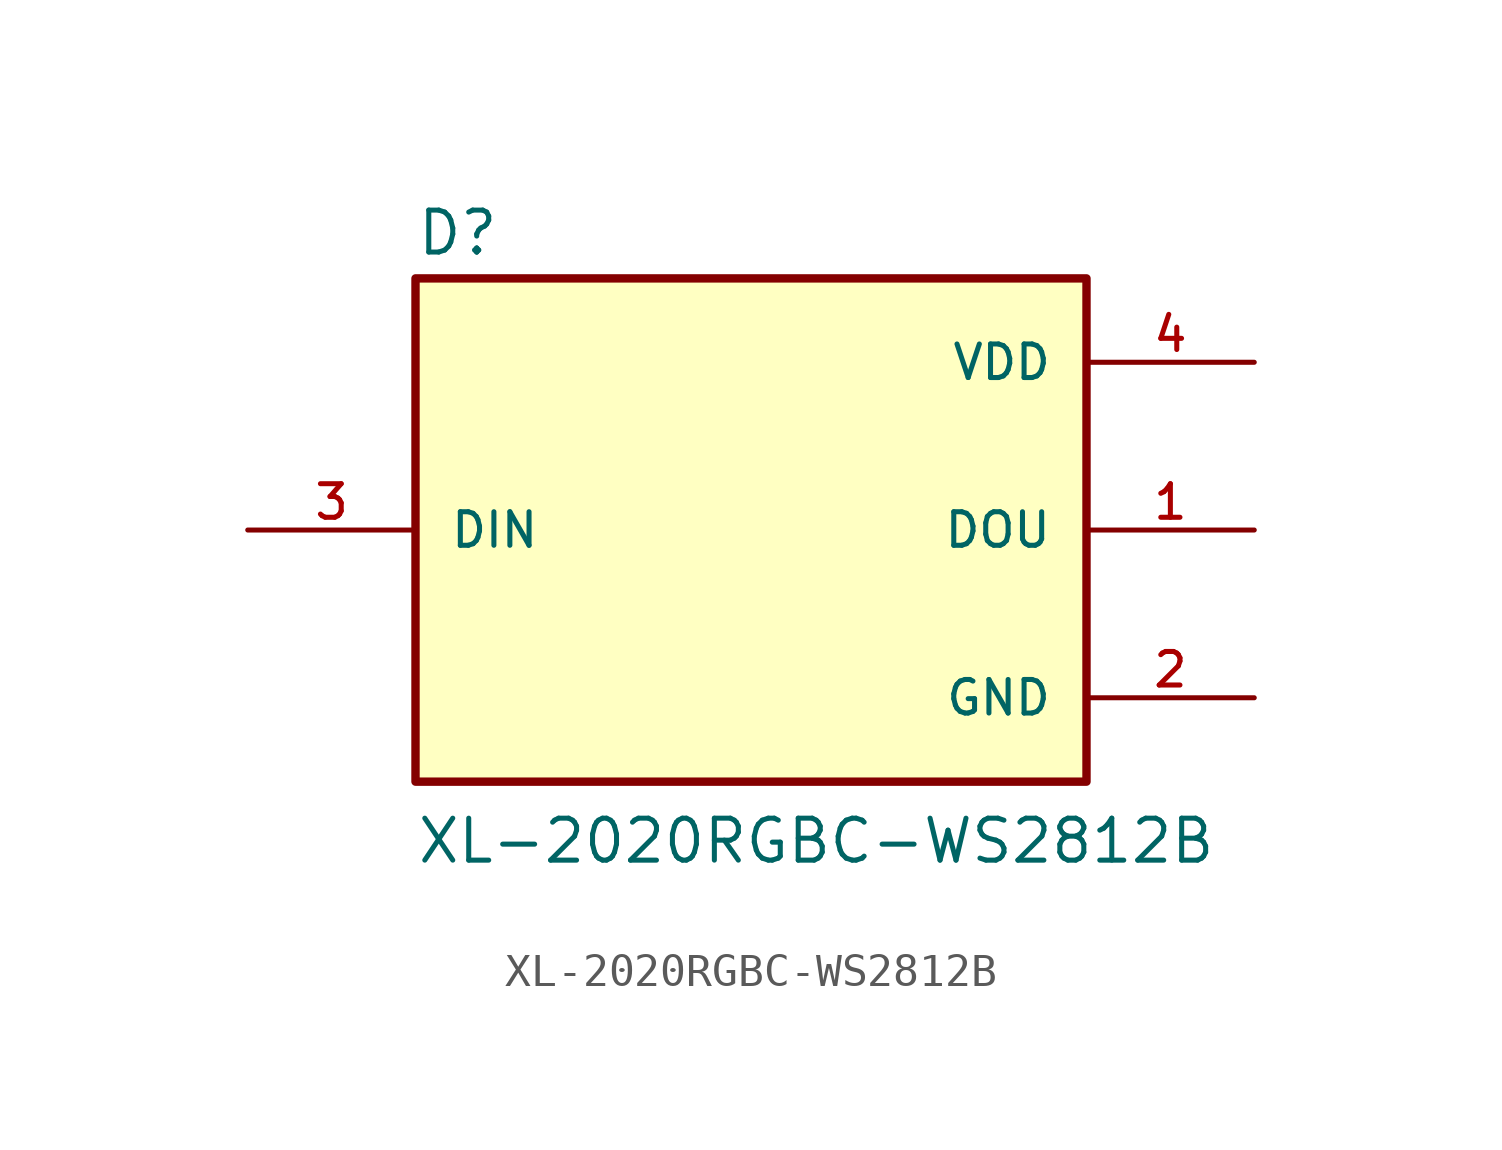
<source format=kicad_sym>
(kicad_symbol_lib
  (version 20211014)
  (generator kicad_symbol_editor)
  (symbol "XL-2020RGBC-WS2812B"
    (pin_names
      (offset 1.016))
    (property "Reference" "D"
      (at -10.16 8.255 0)
      (effects (font (size 1.27 1.27)) (justify bottom left)))
    (property "Value" "XL-2020RGBC-WS2812B"
      (at -10.16 -10.16 0)
      (effects (font (size 1.27 1.27)) (justify bottom left)))
    (symbol "XL-2020RGBC-WS2812B_0_0"
      (rectangle (start -10.16 -7.62) (end 10.16 7.62) (stroke (width 0.254)) (fill (type background)))
      (pin power_in line (at 15.24 -5.08 180.0) (length 5.08) (name "GND" (effects (font (size 1.016 1.016)))) (number "2" (effects (font (size 1.016 1.016)))))
      (pin power_in line (at 15.24 5.08 180.0) (length 5.08) (name "VDD" (effects (font (size 1.016 1.016)))) (number "4" (effects (font (size 1.016 1.016)))))
      (pin input line (at -15.24 0.0 0) (length 5.08) (name "DIN" (effects (font (size 1.016 1.016)))) (number "3" (effects (font (size 1.016 1.016)))))
      (pin output line (at 15.24 0.0 180.0) (length 5.08) (name "DOU" (effects (font (size 1.016 1.016)))) (number "1" (effects (font (size 1.016 1.016))))))))
</source>
